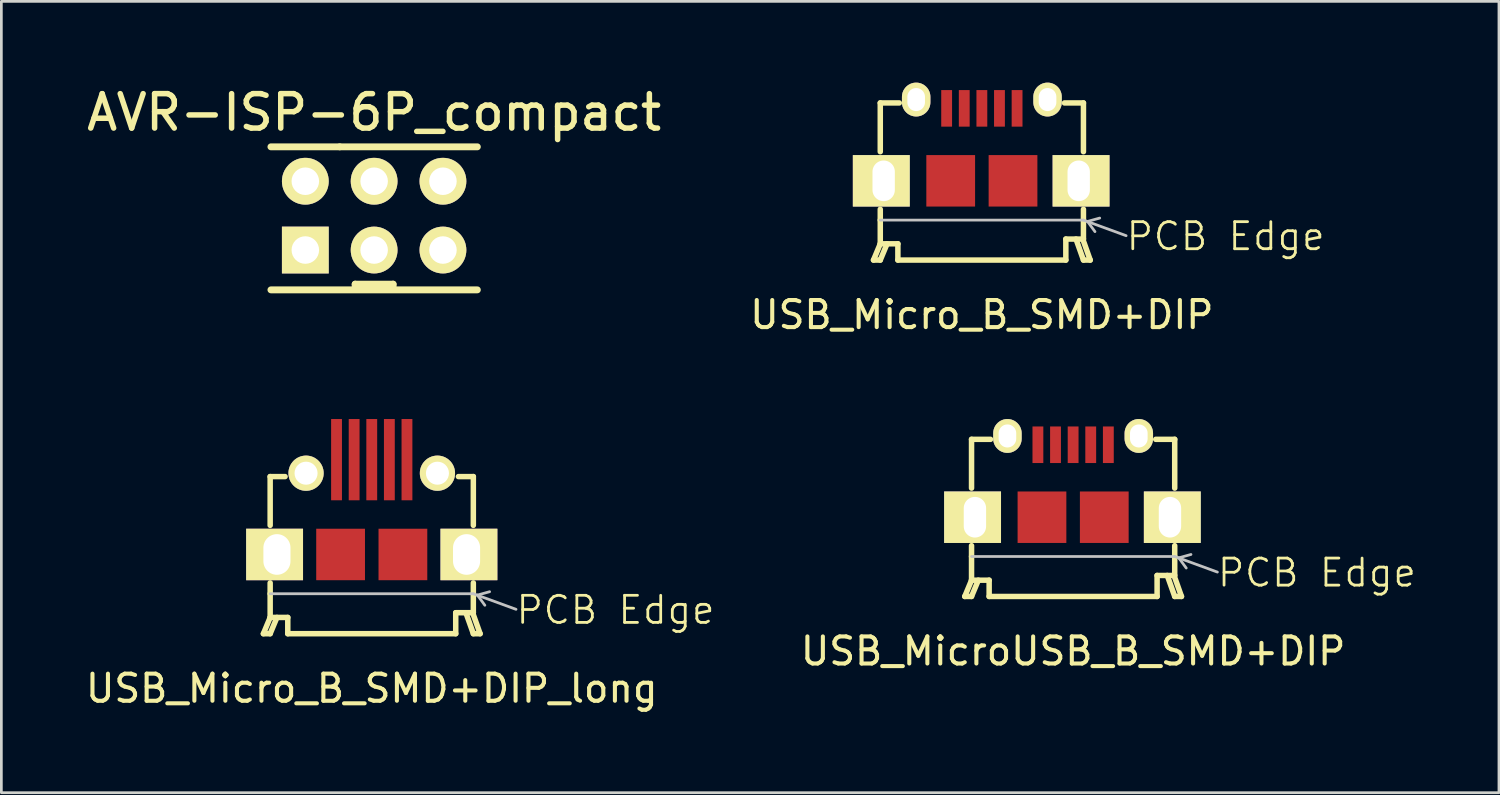
<source format=kicad_pcb>
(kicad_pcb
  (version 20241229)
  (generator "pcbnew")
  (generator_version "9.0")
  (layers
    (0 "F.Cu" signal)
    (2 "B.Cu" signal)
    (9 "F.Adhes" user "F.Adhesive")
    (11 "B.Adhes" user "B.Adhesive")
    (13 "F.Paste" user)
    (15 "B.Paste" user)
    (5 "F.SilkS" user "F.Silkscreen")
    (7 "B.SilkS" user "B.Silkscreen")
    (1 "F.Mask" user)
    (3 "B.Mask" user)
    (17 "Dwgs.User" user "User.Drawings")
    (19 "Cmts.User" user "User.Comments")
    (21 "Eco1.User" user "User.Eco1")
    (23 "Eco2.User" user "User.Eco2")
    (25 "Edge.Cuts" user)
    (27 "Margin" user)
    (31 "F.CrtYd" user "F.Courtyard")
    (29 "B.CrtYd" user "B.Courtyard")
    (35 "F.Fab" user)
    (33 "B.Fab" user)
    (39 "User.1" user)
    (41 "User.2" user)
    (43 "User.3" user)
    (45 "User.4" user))
  (footprint "USB_Micro_B_SMD+DIP_long"
    (layer "F.Cu")
    (at 10.673 14.743)
    (property "Reference" "USB_Micro_B_SMD+DIP_long" (at 0 7.62 0) (layer "F.SilkS") (effects (font (size 1 1) (thickness 0.15))))
    (attr through_hole)
    (fp_line (start -4 5.6) (end -3.75 5.6) (stroke (width 0.203) (type solid)) (layer "F.SilkS"))
    (fp_line (start -3.75 -0.2) (end -3.75 1.6) (stroke (width 0.203) (type solid)) (layer "F.SilkS"))
    (fp_line (start -3.75 4.125) (end -3.75 3.725) (stroke (width 0.203) (type solid)) (layer "F.SilkS"))
    (fp_line (start -3.75 5) (end -4 5.6) (stroke (width 0.203) (type solid)) (layer "F.SilkS"))
    (fp_line (start -3.75 5) (end -3.75 4.125) (stroke (width 0.203) (type solid)) (layer "F.SilkS"))
    (fp_line (start -3.75 5.6) (end -3.5 5) (stroke (width 0.203) (type solid)) (layer "F.SilkS"))
    (fp_line (start -3.2 -0.2) (end -3.75 -0.2) (stroke (width 0.203) (type solid)) (layer "F.SilkS"))
    (fp_line (start -3.1 5) (end -3.75 5) (stroke (width 0.203) (type solid)) (layer "F.SilkS"))
    (fp_line (start -3.1 5.6) (end -3.1 5) (stroke (width 0.203) (type solid)) (layer "F.SilkS"))
    (fp_line (start 3.1 4.825) (end 3.1 5.6) (stroke (width 0.203) (type solid)) (layer "F.SilkS"))
    (fp_line (start 3.1 5.6) (end -3.1 5.6) (stroke (width 0.203) (type solid)) (layer "F.SilkS"))
    (fp_line (start 3.2 -0.2) (end 3.75 -0.2) (stroke (width 0.203) (type solid)) (layer "F.SilkS"))
    (fp_line (start 3.725 4.825) (end 4 5.6) (stroke (width 0.203) (type solid)) (layer "F.SilkS"))
    (fp_line (start 3.75 -0.2) (end 3.75 1.6) (stroke (width 0.203) (type solid)) (layer "F.SilkS"))
    (fp_line (start 3.75 4.125) (end 3.75 3.725) (stroke (width 0.203) (type solid)) (layer "F.SilkS"))
    (fp_line (start 3.75 4.125) (end 3.75 4.825) (stroke (width 0.203) (type solid)) (layer "F.SilkS"))
    (fp_line (start 3.75 4.825) (end 3.1 4.825) (stroke (width 0.203) (type solid)) (layer "F.SilkS"))
    (fp_line (start 3.75 5.6) (end 3.475 4.825) (stroke (width 0.203) (type solid)) (layer "F.SilkS"))
    (fp_line (start 4 5.6) (end 3.75 5.6) (stroke (width 0.203) (type solid)) (layer "F.SilkS"))
    (fp_line (start 3.75 4.125) (end -3.75 4.125) (stroke (width 0.102) (type solid)) (layer "Dwgs.User"))
    (fp_line (start 3.75 4.125) (end 5.325 4.7) (stroke (width 0.102) (type solid)) (layer "Dwgs.User"))
    (fp_line (start 3.9 4.175) (end 4.175 4.55) (stroke (width 0.102) (type solid)) (layer "Dwgs.User"))
    (fp_line (start 3.9 4.175) (end 4.35 4.05) (stroke (width 0.102) (type solid)) (layer "Dwgs.User"))
    (fp_text user "PCB Edge" (at 9 4.725 0) (layer "F.SilkS") (effects (font (size 1 1) (thickness 0.102))))
    (pad "" thru_hole circle (at -2.425 -0.325) (size 1.3 1.3) (drill 0.85) (layers "*.Cu" "*.Mask" "F.SilkS"))
    (pad "" thru_hole circle (at 2.425 -0.325) (size 1.3 1.3) (drill 0.85) (layers "*.Cu" "*.Mask" "F.SilkS"))
    (pad "1" smd rect (at -1.3 -0.825) (size 0.4 3) (layers "F.Cu" "F.Mask" "F.Paste"))
    (pad "2" smd rect (at -0.65 -0.825) (size 0.4 3) (layers "F.Cu" "F.Mask" "F.Paste"))
    (pad "3" smd rect (at 0 -0.825) (size 0.4 3) (layers "F.Cu" "F.Mask" "F.Paste"))
    (pad "4" smd rect (at 0.65 -0.825) (size 0.4 3) (layers "F.Cu" "F.Mask" "F.Paste"))
    (pad "5" smd rect (at 1.3 -0.825) (size 0.4 3) (layers "F.Cu" "F.Mask" "F.Paste"))
    (pad "6" thru_hole rect (at -3.5 2.675) (size 2.1 1.9) (drill oval 1 1.5 (offset -0.087 0)) (layers "*.Cu" "*.Mask" "F.SilkS"))
    (pad "7" smd rect (at -1.15 2.675) (size 1.8 1.9) (layers "F.Cu" "F.Mask" "F.Paste"))
    (pad "8" smd rect (at 1.15 2.675) (size 1.8 1.9) (layers "F.Cu" "F.Mask" "F.Paste"))
    (pad "9" thru_hole rect (at 3.5 2.675) (size 2.1 1.9) (drill oval 1 1.5 (offset 0.087 0)) (layers "*.Cu" "*.Mask" "F.SilkS")))
  (footprint "USB_MicroUSB_B_SMD+DIP"
    (layer "F.Cu")
    (at 36.564 13.368)
    (property "Reference" "USB_MicroUSB_B_SMD+DIP" (at 0 7.62 0) (layer "F.SilkS") (effects (font (size 1 1) (thickness 0.15))))
    (attr through_hole)
    (fp_line (start -4 5.6) (end -3.75 5.6) (stroke (width 0.203) (type solid)) (layer "F.SilkS"))
    (fp_line (start -3.75 -0.2) (end -3.75 1.6) (stroke (width 0.203) (type solid)) (layer "F.SilkS"))
    (fp_line (start -3.75 4.125) (end -3.75 3.725) (stroke (width 0.203) (type solid)) (layer "F.SilkS"))
    (fp_line (start -3.75 5) (end -4 5.6) (stroke (width 0.203) (type solid)) (layer "F.SilkS"))
    (fp_line (start -3.75 5) (end -3.75 4.125) (stroke (width 0.203) (type solid)) (layer "F.SilkS"))
    (fp_line (start -3.75 5.6) (end -3.5 5) (stroke (width 0.203) (type solid)) (layer "F.SilkS"))
    (fp_line (start -3.1 5) (end -3.75 5) (stroke (width 0.203) (type solid)) (layer "F.SilkS"))
    (fp_line (start -3.1 5.6) (end -3.1 5) (stroke (width 0.203) (type solid)) (layer "F.SilkS"))
    (fp_line (start -3.05 -0.2) (end -3.75 -0.2) (stroke (width 0.203) (type solid)) (layer "F.SilkS"))
    (fp_line (start 3.05 -0.2) (end 3.75 -0.2) (stroke (width 0.203) (type solid)) (layer "F.SilkS"))
    (fp_line (start 3.1 4.825) (end 3.1 5.6) (stroke (width 0.203) (type solid)) (layer "F.SilkS"))
    (fp_line (start 3.1 5.6) (end -3.1 5.6) (stroke (width 0.203) (type solid)) (layer "F.SilkS"))
    (fp_line (start 3.725 4.825) (end 4 5.6) (stroke (width 0.203) (type solid)) (layer "F.SilkS"))
    (fp_line (start 3.75 -0.2) (end 3.75 1.6) (stroke (width 0.203) (type solid)) (layer "F.SilkS"))
    (fp_line (start 3.75 4.125) (end 3.75 3.725) (stroke (width 0.203) (type solid)) (layer "F.SilkS"))
    (fp_line (start 3.75 4.125) (end 3.75 4.825) (stroke (width 0.203) (type solid)) (layer "F.SilkS"))
    (fp_line (start 3.75 4.825) (end 3.1 4.825) (stroke (width 0.203) (type solid)) (layer "F.SilkS"))
    (fp_line (start 3.75 5.6) (end 3.475 4.825) (stroke (width 0.203) (type solid)) (layer "F.SilkS"))
    (fp_line (start 4 5.6) (end 3.75 5.6) (stroke (width 0.203) (type solid)) (layer "F.SilkS"))
    (fp_line (start 3.75 4.125) (end -3.75 4.125) (stroke (width 0.102) (type solid)) (layer "Dwgs.User"))
    (fp_line (start 3.75 4.125) (end 5.325 4.7) (stroke (width 0.102) (type solid)) (layer "Dwgs.User"))
    (fp_line (start 3.9 4.175) (end 4.175 4.55) (stroke (width 0.102) (type solid)) (layer "Dwgs.User"))
    (fp_line (start 3.9 4.175) (end 4.35 4.05) (stroke (width 0.102) (type solid)) (layer "Dwgs.User"))
    (fp_text user "PCB Edge" (at 9 4.725 0) (layer "F.SilkS") (effects (font (size 1 1) (thickness 0.102))))
    (pad "" thru_hole rect (at -3.625 2.675) (size 2.1 1.9) (drill oval 0.825 1.5 (offset -0.087 0)) (layers "*.Cu" "*.Mask" "F.SilkS"))
    (pad "" thru_hole oval (at -2.425 -0.325) (size 1.05 1.25) (drill oval 0.65 0.85) (layers "*.Cu" "*.Mask" "F.SilkS"))
    (pad "" smd rect (at -1.15 2.675) (size 1.8 1.9) (layers "F.Cu" "F.Mask" "F.Paste"))
    (pad "" smd rect (at 1.15 2.675) (size 1.8 1.9) (layers "F.Cu" "F.Mask" "F.Paste"))
    (pad "" thru_hole oval (at 2.425 -0.325) (size 1.05 1.25) (drill oval 0.65 0.85) (layers "*.Cu" "*.Mask" "F.SilkS"))
    (pad "" thru_hole rect (at 3.575 2.675) (size 2.1 1.9) (drill oval 0.825 1.5 (offset 0.087 0)) (layers "*.Cu" "*.Mask" "F.SilkS"))
    (pad "1" smd rect (at -1.3 0) (size 0.4 1.35) (layers "F.Cu" "F.Mask" "F.Paste"))
    (pad "2" smd rect (at -0.65 0) (size 0.4 1.35) (layers "F.Cu" "F.Mask" "F.Paste"))
    (pad "3" smd rect (at 0 0) (size 0.4 1.35) (layers "F.Cu" "F.Mask" "F.Paste"))
    (pad "4" smd rect (at 0.65 0) (size 0.4 1.35) (layers "F.Cu" "F.Mask" "F.Paste"))
    (pad "5" smd rect (at 1.3 0) (size 0.4 1.35) (layers "F.Cu" "F.Mask" "F.Paste")))
  (footprint "USB_Micro_B_SMD+DIP"
    (layer "F.Cu")
    (at 33.195 0.95)
    (property "Reference" "USB_Micro_B_SMD+DIP" (at 0 7.62 0) (layer "F.SilkS") (effects (font (size 1 1) (thickness 0.15))))
    (attr through_hole)
    (fp_line (start -4 5.6) (end -3.75 5.6) (stroke (width 0.203) (type solid)) (layer "F.SilkS"))
    (fp_line (start -3.75 -0.2) (end -3.75 1.6) (stroke (width 0.203) (type solid)) (layer "F.SilkS"))
    (fp_line (start -3.75 4.125) (end -3.75 3.725) (stroke (width 0.203) (type solid)) (layer "F.SilkS"))
    (fp_line (start -3.75 5) (end -4 5.6) (stroke (width 0.203) (type solid)) (layer "F.SilkS"))
    (fp_line (start -3.75 5) (end -3.75 4.125) (stroke (width 0.203) (type solid)) (layer "F.SilkS"))
    (fp_line (start -3.75 5.6) (end -3.5 5) (stroke (width 0.203) (type solid)) (layer "F.SilkS"))
    (fp_line (start -3.1 5) (end -3.75 5) (stroke (width 0.203) (type solid)) (layer "F.SilkS"))
    (fp_line (start -3.1 5.6) (end -3.1 5) (stroke (width 0.203) (type solid)) (layer "F.SilkS"))
    (fp_line (start -3.05 -0.2) (end -3.75 -0.2) (stroke (width 0.203) (type solid)) (layer "F.SilkS"))
    (fp_line (start 3.05 -0.2) (end 3.75 -0.2) (stroke (width 0.203) (type solid)) (layer "F.SilkS"))
    (fp_line (start 3.1 4.825) (end 3.1 5.6) (stroke (width 0.203) (type solid)) (layer "F.SilkS"))
    (fp_line (start 3.1 5.6) (end -3.1 5.6) (stroke (width 0.203) (type solid)) (layer "F.SilkS"))
    (fp_line (start 3.725 4.825) (end 4 5.6) (stroke (width 0.203) (type solid)) (layer "F.SilkS"))
    (fp_line (start 3.75 -0.2) (end 3.75 1.6) (stroke (width 0.203) (type solid)) (layer "F.SilkS"))
    (fp_line (start 3.75 4.125) (end 3.75 3.725) (stroke (width 0.203) (type solid)) (layer "F.SilkS"))
    (fp_line (start 3.75 4.125) (end 3.75 4.825) (stroke (width 0.203) (type solid)) (layer "F.SilkS"))
    (fp_line (start 3.75 4.825) (end 3.1 4.825) (stroke (width 0.203) (type solid)) (layer "F.SilkS"))
    (fp_line (start 3.75 5.6) (end 3.475 4.825) (stroke (width 0.203) (type solid)) (layer "F.SilkS"))
    (fp_line (start 4 5.6) (end 3.75 5.6) (stroke (width 0.203) (type solid)) (layer "F.SilkS"))
    (fp_line (start 3.75 4.125) (end -3.75 4.125) (stroke (width 0.102) (type solid)) (layer "Dwgs.User"))
    (fp_line (start 3.75 4.125) (end 5.325 4.7) (stroke (width 0.102) (type solid)) (layer "Dwgs.User"))
    (fp_line (start 3.9 4.175) (end 4.175 4.55) (stroke (width 0.102) (type solid)) (layer "Dwgs.User"))
    (fp_line (start 3.9 4.175) (end 4.35 4.05) (stroke (width 0.102) (type solid)) (layer "Dwgs.User"))
    (fp_text user "PCB Edge" (at 9 4.725 0) (layer "F.SilkS") (effects (font (size 1 1) (thickness 0.102))))
    (pad "" thru_hole rect (at -3.625 2.675) (size 2.1 1.9) (drill oval 0.825 1.5 (offset -0.087 0)) (layers "*.Cu" "*.Mask" "F.SilkS"))
    (pad "" thru_hole oval (at -2.425 -0.325) (size 1.05 1.25) (drill oval 0.65 0.85) (layers "*.Cu" "*.Mask" "F.SilkS"))
    (pad "" smd rect (at -1.15 2.675) (size 1.8 1.9) (layers "F.Cu" "F.Mask" "F.Paste"))
    (pad "" smd rect (at 1.15 2.675) (size 1.8 1.9) (layers "F.Cu" "F.Mask" "F.Paste"))
    (pad "" thru_hole oval (at 2.425 -0.325) (size 1.05 1.25) (drill oval 0.65 0.85) (layers "*.Cu" "*.Mask" "F.SilkS"))
    (pad "" thru_hole rect (at 3.575 2.675) (size 2.1 1.9) (drill oval 0.825 1.5 (offset 0.087 0)) (layers "*.Cu" "*.Mask" "F.SilkS"))
    (pad "1" smd rect (at -1.3 0) (size 0.4 1.35) (layers "F.Cu" "F.Mask" "F.Paste"))
    (pad "2" smd rect (at -0.65 0) (size 0.4 1.35) (layers "F.Cu" "F.Mask" "F.Paste"))
    (pad "3" smd rect (at 0 0) (size 0.4 1.35) (layers "F.Cu" "F.Mask" "F.Paste"))
    (pad "4" smd rect (at 0.65 0) (size 0.4 1.35) (layers "F.Cu" "F.Mask" "F.Paste"))
    (pad "5" smd rect (at 1.3 0) (size 0.4 1.35) (layers "F.Cu" "F.Mask" "F.Paste")))
  (footprint "AVR-ISP-6P_compact"
    (layer "F.Cu")
    (at 10.761 3.64)
    (property "Reference" "AVR-ISP-6P_compact" (at 0 -2.54 0) (layer "F.SilkS") (effects (font (size 1.27 1.27) (thickness 0.203))))
    (attr through_hole)
    (fp_line (start -3.81 4.01) (end 3.81 4.01) (stroke (width 0.254) (type solid)) (layer "F.SilkS"))
    (fp_line (start -1.27 -1.27) (end -3.81 -1.27) (stroke (width 0.254) (type solid)) (layer "F.SilkS"))
    (fp_line (start -0.7 3.8) (end -0.7 3.9) (stroke (width 0.254) (type solid)) (layer "F.SilkS"))
    (fp_line (start 0.7 3.8) (end -0.7 3.8) (stroke (width 0.254) (type solid)) (layer "F.SilkS"))
    (fp_line (start 0.7 4) (end 0.7 3.8) (stroke (width 0.254) (type solid)) (layer "F.SilkS"))
    (fp_line (start 3.81 -1.27) (end -1.27 -1.27) (stroke (width 0.254) (type solid)) (layer "F.SilkS"))
    (pad "1" thru_hole rect (at -2.54 2.54) (size 1.727 1.727) (drill 1.016) (layers "*.Cu" "*.Mask" "F.SilkS"))
    (pad "2" thru_hole oval (at -2.54 0) (size 1.727 1.727) (drill 1.016) (layers "*.Cu" "*.Mask" "F.SilkS"))
    (pad "3" thru_hole oval (at 0 2.54) (size 1.727 1.727) (drill 1.016) (layers "*.Cu" "*.Mask" "F.SilkS"))
    (pad "4" thru_hole oval (at 0 0) (size 1.727 1.727) (drill 1.016) (layers "*.Cu" "*.Mask" "F.SilkS"))
    (pad "5" thru_hole oval (at 2.54 2.54) (size 1.727 1.727) (drill 1.016) (layers "*.Cu" "*.Mask" "F.SilkS"))
    (pad "6" thru_hole oval (at 2.54 0) (size 1.727 1.727) (drill 1.016) (layers "*.Cu" "*.Mask" "F.SilkS")))
  (gr_rect
    (start -3 -3)
    (end 52.283 26.212)
    (stroke (width 0.1) (type default))
    (fill no)
    (layer "Edge.Cuts")))
</source>
